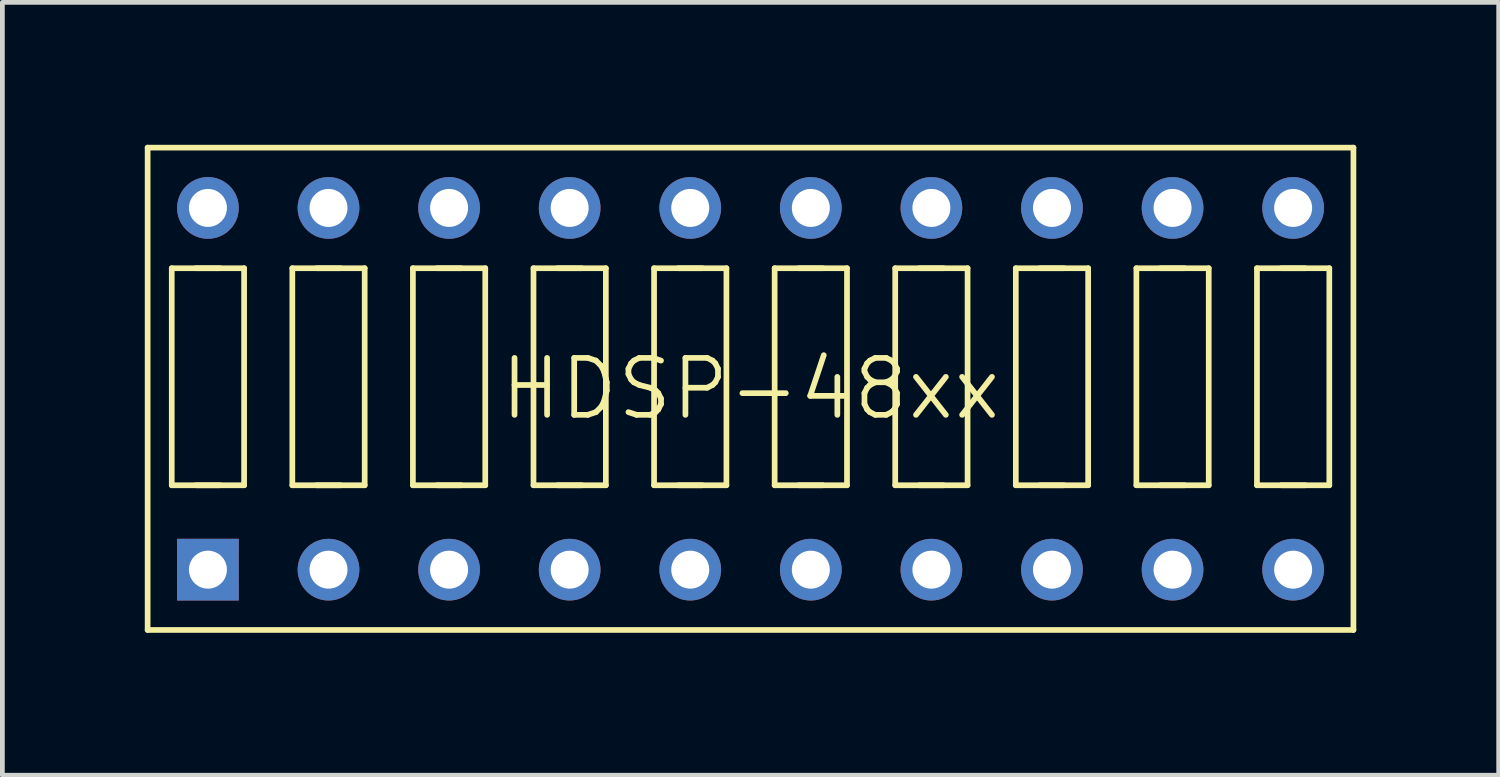
<source format=kicad_pcb>
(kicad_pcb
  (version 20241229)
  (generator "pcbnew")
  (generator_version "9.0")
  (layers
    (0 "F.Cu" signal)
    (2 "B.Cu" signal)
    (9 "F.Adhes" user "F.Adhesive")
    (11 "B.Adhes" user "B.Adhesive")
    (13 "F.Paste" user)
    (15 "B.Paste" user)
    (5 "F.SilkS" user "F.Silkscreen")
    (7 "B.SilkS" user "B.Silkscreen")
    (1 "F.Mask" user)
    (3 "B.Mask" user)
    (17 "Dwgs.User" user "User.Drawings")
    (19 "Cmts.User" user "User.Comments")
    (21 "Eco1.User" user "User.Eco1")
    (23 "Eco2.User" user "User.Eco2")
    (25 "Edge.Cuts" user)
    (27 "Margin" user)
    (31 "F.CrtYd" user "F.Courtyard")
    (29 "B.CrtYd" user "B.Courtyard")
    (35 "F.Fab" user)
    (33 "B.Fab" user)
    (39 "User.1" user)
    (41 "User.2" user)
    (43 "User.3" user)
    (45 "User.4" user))
  (footprint "HDSP-48xx"
    (layer "F.Cu")
    (at 12.76 5.14)
    (property "Reference" "HDSP-48xx" (at 0 0 0) (layer "F.SilkS") (effects (font (size 1.2 1.2) (thickness 0.12))))
    (attr through_hole)
    (fp_line (start -12.7 -5.08) (end 12.7 -5.08) (stroke (width 0.12) (type solid)) (layer "F.SilkS"))
    (fp_line (start -12.7 5.08) (end -12.7 -5.08) (stroke (width 0.12) (type solid)) (layer "F.SilkS"))
    (fp_line (start -12.192 -2.54) (end -10.668 -2.54) (stroke (width 0.12) (type solid)) (layer "F.SilkS"))
    (fp_line (start -12.192 2.032) (end -12.192 -2.54) (stroke (width 0.12) (type solid)) (layer "F.SilkS"))
    (fp_line (start -11.684 -2.54) (end -11.176 -2.54) (stroke (width 0.12) (type solid)) (layer "F.SilkS"))
    (fp_line (start -11.176 2.032) (end -11.684 2.032) (stroke (width 0.12) (type solid)) (layer "F.SilkS"))
    (fp_line (start -10.668 -2.54) (end -10.668 2.032) (stroke (width 0.12) (type solid)) (layer "F.SilkS"))
    (fp_line (start -10.668 2.032) (end -12.192 2.032) (stroke (width 0.12) (type solid)) (layer "F.SilkS"))
    (fp_line (start -9.652 -2.54) (end -8.128 -2.54) (stroke (width 0.12) (type solid)) (layer "F.SilkS"))
    (fp_line (start -9.652 2.032) (end -9.652 -2.54) (stroke (width 0.12) (type solid)) (layer "F.SilkS"))
    (fp_line (start -9.144 2.032) (end -8.636 2.032) (stroke (width 0.12) (type solid)) (layer "F.SilkS"))
    (fp_line (start -8.636 -2.54) (end -9.144 -2.54) (stroke (width 0.12) (type solid)) (layer "F.SilkS"))
    (fp_line (start -8.128 -2.54) (end -8.128 2.032) (stroke (width 0.12) (type solid)) (layer "F.SilkS"))
    (fp_line (start -8.128 2.032) (end -9.652 2.032) (stroke (width 0.12) (type solid)) (layer "F.SilkS"))
    (fp_line (start -7.112 -2.54) (end -5.588 -2.54) (stroke (width 0.12) (type solid)) (layer "F.SilkS"))
    (fp_line (start -7.112 2.032) (end -7.112 -2.54) (stroke (width 0.12) (type solid)) (layer "F.SilkS"))
    (fp_line (start -6.604 2.032) (end -6.096 2.032) (stroke (width 0.12) (type solid)) (layer "F.SilkS"))
    (fp_line (start -6.096 -2.54) (end -6.604 -2.54) (stroke (width 0.12) (type solid)) (layer "F.SilkS"))
    (fp_line (start -5.588 -2.54) (end -5.588 2.032) (stroke (width 0.12) (type solid)) (layer "F.SilkS"))
    (fp_line (start -5.588 2.032) (end -7.112 2.032) (stroke (width 0.12) (type solid)) (layer "F.SilkS"))
    (fp_line (start -4.572 -2.54) (end -4.572 2.032) (stroke (width 0.12) (type solid)) (layer "F.SilkS"))
    (fp_line (start -4.572 2.032) (end -3.048 2.032) (stroke (width 0.12) (type solid)) (layer "F.SilkS"))
    (fp_line (start -4.064 2.032) (end -3.556 2.032) (stroke (width 0.12) (type solid)) (layer "F.SilkS"))
    (fp_line (start -3.556 -2.54) (end -4.064 -2.54) (stroke (width 0.12) (type solid)) (layer "F.SilkS"))
    (fp_line (start -3.048 -2.54) (end -4.572 -2.54) (stroke (width 0.12) (type solid)) (layer "F.SilkS"))
    (fp_line (start -3.048 2.032) (end -3.048 -2.54) (stroke (width 0.12) (type solid)) (layer "F.SilkS"))
    (fp_line (start -2.032 -2.54) (end -0.508 -2.54) (stroke (width 0.12) (type solid)) (layer "F.SilkS"))
    (fp_line (start -2.032 2.032) (end -2.032 -2.54) (stroke (width 0.12) (type solid)) (layer "F.SilkS"))
    (fp_line (start -1.524 2.032) (end -1.016 2.032) (stroke (width 0.12) (type solid)) (layer "F.SilkS"))
    (fp_line (start -1.016 -2.54) (end -1.524 -2.54) (stroke (width 0.12) (type solid)) (layer "F.SilkS"))
    (fp_line (start -0.508 -2.54) (end -0.508 2.032) (stroke (width 0.12) (type solid)) (layer "F.SilkS"))
    (fp_line (start -0.508 2.032) (end -2.032 2.032) (stroke (width 0.12) (type solid)) (layer "F.SilkS"))
    (fp_line (start 0.508 -2.54) (end 2.032 -2.54) (stroke (width 0.12) (type solid)) (layer "F.SilkS"))
    (fp_line (start 0.508 2.032) (end 0.508 -2.54) (stroke (width 0.12) (type solid)) (layer "F.SilkS"))
    (fp_line (start 1.016 2.032) (end 1.524 2.032) (stroke (width 0.12) (type solid)) (layer "F.SilkS"))
    (fp_line (start 1.524 -2.54) (end 1.016 -2.54) (stroke (width 0.12) (type solid)) (layer "F.SilkS"))
    (fp_line (start 2.032 -2.54) (end 2.032 2.032) (stroke (width 0.12) (type solid)) (layer "F.SilkS"))
    (fp_line (start 2.032 2.032) (end 0.508 2.032) (stroke (width 0.12) (type solid)) (layer "F.SilkS"))
    (fp_line (start 3.048 -2.54) (end 4.572 -2.54) (stroke (width 0.12) (type solid)) (layer "F.SilkS"))
    (fp_line (start 3.048 2.032) (end 3.048 -2.54) (stroke (width 0.12) (type solid)) (layer "F.SilkS"))
    (fp_line (start 3.556 2.032) (end 4.064 2.032) (stroke (width 0.12) (type solid)) (layer "F.SilkS"))
    (fp_line (start 4.064 -2.54) (end 3.556 -2.54) (stroke (width 0.12) (type solid)) (layer "F.SilkS"))
    (fp_line (start 4.572 -2.54) (end 4.572 2.032) (stroke (width 0.12) (type solid)) (layer "F.SilkS"))
    (fp_line (start 4.572 2.032) (end 3.048 2.032) (stroke (width 0.12) (type solid)) (layer "F.SilkS"))
    (fp_line (start 5.588 -2.54) (end 7.112 -2.54) (stroke (width 0.12) (type solid)) (layer "F.SilkS"))
    (fp_line (start 5.588 2.032) (end 5.588 -2.54) (stroke (width 0.12) (type solid)) (layer "F.SilkS"))
    (fp_line (start 6.096 2.032) (end 6.604 2.032) (stroke (width 0.12) (type solid)) (layer "F.SilkS"))
    (fp_line (start 6.604 -2.54) (end 6.096 -2.54) (stroke (width 0.12) (type solid)) (layer "F.SilkS"))
    (fp_line (start 7.112 -2.54) (end 7.112 2.032) (stroke (width 0.12) (type solid)) (layer "F.SilkS"))
    (fp_line (start 7.112 2.032) (end 5.588 2.032) (stroke (width 0.12) (type solid)) (layer "F.SilkS"))
    (fp_line (start 8.128 -2.54) (end 9.652 -2.54) (stroke (width 0.12) (type solid)) (layer "F.SilkS"))
    (fp_line (start 8.128 2.032) (end 8.128 -2.54) (stroke (width 0.12) (type solid)) (layer "F.SilkS"))
    (fp_line (start 8.636 2.032) (end 9.144 2.032) (stroke (width 0.12) (type solid)) (layer "F.SilkS"))
    (fp_line (start 9.144 -2.54) (end 8.636 -2.54) (stroke (width 0.12) (type solid)) (layer "F.SilkS"))
    (fp_line (start 9.652 -2.54) (end 9.652 2.032) (stroke (width 0.12) (type solid)) (layer "F.SilkS"))
    (fp_line (start 9.652 2.032) (end 8.128 2.032) (stroke (width 0.12) (type solid)) (layer "F.SilkS"))
    (fp_line (start 10.668 -2.54) (end 12.192 -2.54) (stroke (width 0.12) (type solid)) (layer "F.SilkS"))
    (fp_line (start 10.668 2.032) (end 10.668 -2.54) (stroke (width 0.12) (type solid)) (layer "F.SilkS"))
    (fp_line (start 11.176 2.032) (end 11.684 2.032) (stroke (width 0.12) (type solid)) (layer "F.SilkS"))
    (fp_line (start 11.684 -2.54) (end 11.176 -2.54) (stroke (width 0.12) (type solid)) (layer "F.SilkS"))
    (fp_line (start 12.192 -2.54) (end 12.192 2.032) (stroke (width 0.12) (type solid)) (layer "F.SilkS"))
    (fp_line (start 12.192 2.032) (end 10.668 2.032) (stroke (width 0.12) (type solid)) (layer "F.SilkS"))
    (fp_line (start 12.7 -5.08) (end 12.7 5.08) (stroke (width 0.12) (type solid)) (layer "F.SilkS"))
    (fp_line (start 12.7 5.08) (end -12.7 5.08) (stroke (width 0.12) (type solid)) (layer "F.SilkS"))
    (pad "1" thru_hole rect (at -11.43 3.81) (size 1.3 1.3) (drill 0.8) (layers "*.Cu" "*.Mask"))
    (pad "2" thru_hole circle (at -8.89 3.81) (size 1.3 1.3) (drill 0.8) (layers "*.Cu" "*.Mask"))
    (pad "3" thru_hole circle (at -6.35 3.81) (size 1.3 1.3) (drill 0.8) (layers "*.Cu" "*.Mask"))
    (pad "4" thru_hole circle (at -3.81 3.81) (size 1.3 1.3) (drill 0.8) (layers "*.Cu" "*.Mask"))
    (pad "5" thru_hole circle (at -1.27 3.81) (size 1.3 1.3) (drill 0.8) (layers "*.Cu" "*.Mask"))
    (pad "6" thru_hole circle (at 1.27 3.81) (size 1.3 1.3) (drill 0.8) (layers "*.Cu" "*.Mask"))
    (pad "7" thru_hole circle (at 3.81 3.81) (size 1.3 1.3) (drill 0.8) (layers "*.Cu" "*.Mask"))
    (pad "8" thru_hole circle (at 6.35 3.81) (size 1.3 1.3) (drill 0.8) (layers "*.Cu" "*.Mask"))
    (pad "9" thru_hole circle (at 8.89 3.81) (size 1.3 1.3) (drill 0.8) (layers "*.Cu" "*.Mask"))
    (pad "10" thru_hole circle (at 11.43 3.81) (size 1.3 1.3) (drill 0.8) (layers "*.Cu" "*.Mask"))
    (pad "11" thru_hole circle (at 11.43 -3.81) (size 1.3 1.3) (drill 0.8) (layers "*.Cu" "*.Mask"))
    (pad "12" thru_hole circle (at 8.89 -3.81) (size 1.3 1.3) (drill 0.8) (layers "*.Cu" "*.Mask"))
    (pad "13" thru_hole circle (at 6.35 -3.81) (size 1.3 1.3) (drill 0.8) (layers "*.Cu" "*.Mask"))
    (pad "14" thru_hole circle (at 3.81 -3.81) (size 1.3 1.3) (drill 0.8) (layers "*.Cu" "*.Mask"))
    (pad "15" thru_hole circle (at 1.27 -3.81) (size 1.3 1.3) (drill 0.8) (layers "*.Cu" "*.Mask"))
    (pad "16" thru_hole circle (at -1.27 -3.81) (size 1.3 1.3) (drill 0.8) (layers "*.Cu" "*.Mask"))
    (pad "17" thru_hole circle (at -3.81 -3.81) (size 1.3 1.3) (drill 0.8) (layers "*.Cu" "*.Mask"))
    (pad "18" thru_hole circle (at -6.35 -3.81) (size 1.3 1.3) (drill 0.8) (layers "*.Cu" "*.Mask"))
    (pad "19" thru_hole circle (at -8.89 -3.81) (size 1.3 1.3) (drill 0.8) (layers "*.Cu" "*.Mask"))
    (pad "20" thru_hole circle (at -11.43 -3.81) (size 1.3 1.3) (drill 0.8) (layers "*.Cu" "*.Mask")))
  (gr_rect
    (start -3 -3)
    (end 28.52 13.28)
    (stroke (width 0.1) (type default))
    (fill no)
    (layer "Edge.Cuts")))
</source>
